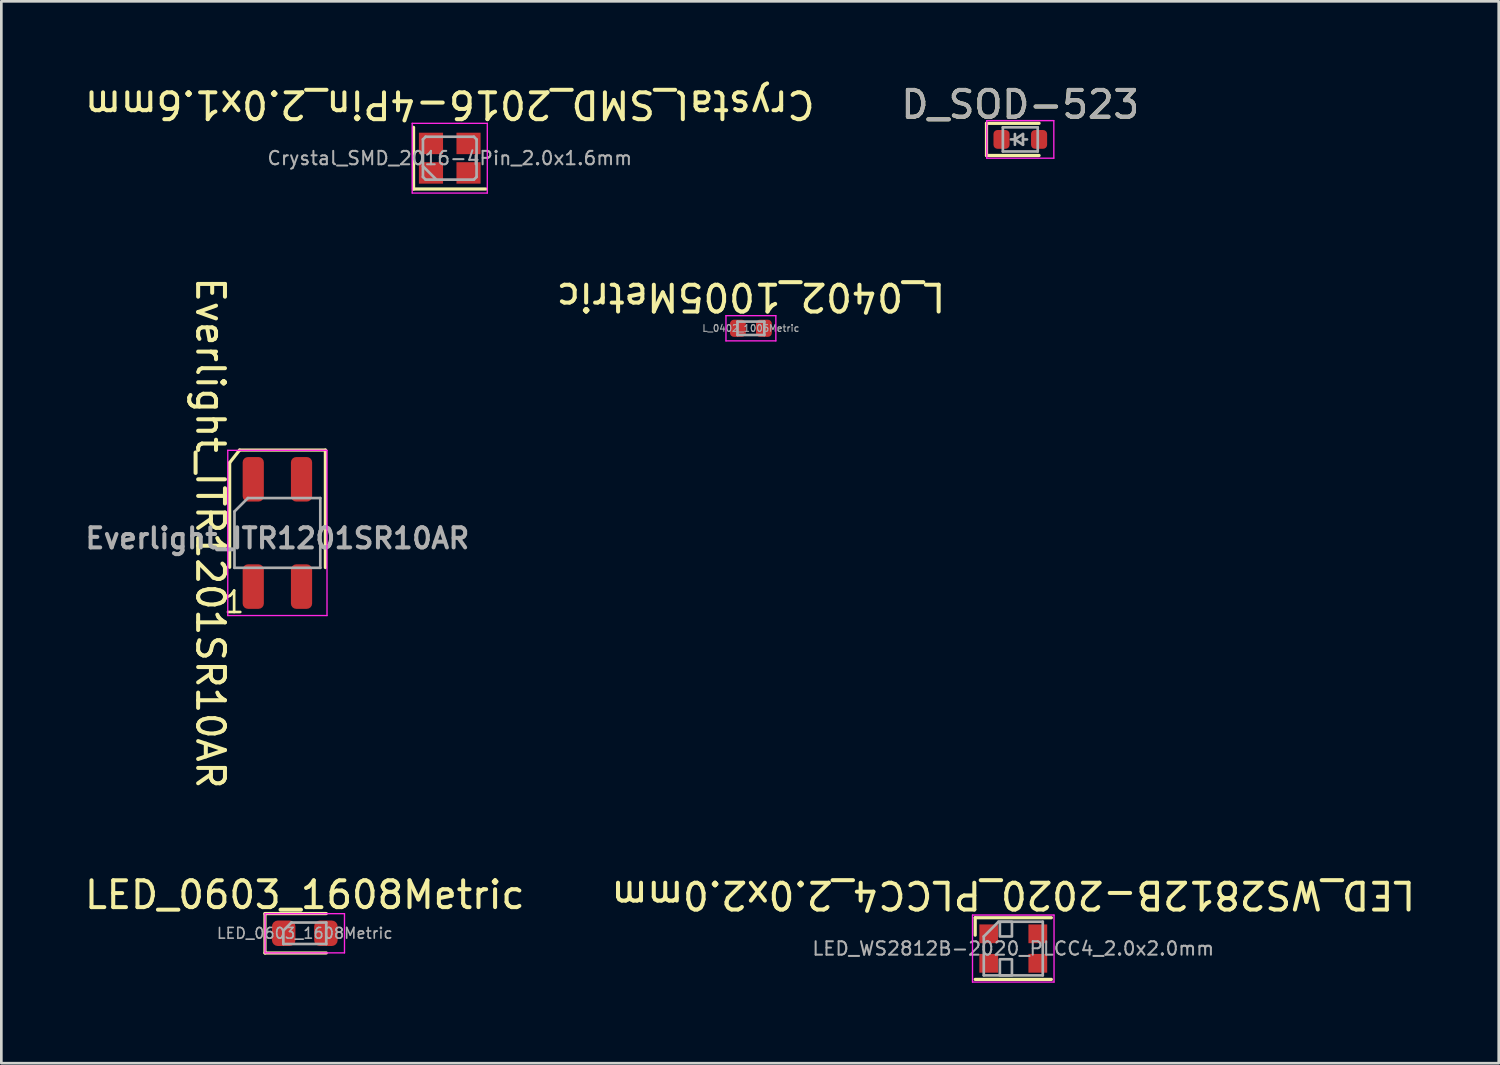
<source format=kicad_pcb>
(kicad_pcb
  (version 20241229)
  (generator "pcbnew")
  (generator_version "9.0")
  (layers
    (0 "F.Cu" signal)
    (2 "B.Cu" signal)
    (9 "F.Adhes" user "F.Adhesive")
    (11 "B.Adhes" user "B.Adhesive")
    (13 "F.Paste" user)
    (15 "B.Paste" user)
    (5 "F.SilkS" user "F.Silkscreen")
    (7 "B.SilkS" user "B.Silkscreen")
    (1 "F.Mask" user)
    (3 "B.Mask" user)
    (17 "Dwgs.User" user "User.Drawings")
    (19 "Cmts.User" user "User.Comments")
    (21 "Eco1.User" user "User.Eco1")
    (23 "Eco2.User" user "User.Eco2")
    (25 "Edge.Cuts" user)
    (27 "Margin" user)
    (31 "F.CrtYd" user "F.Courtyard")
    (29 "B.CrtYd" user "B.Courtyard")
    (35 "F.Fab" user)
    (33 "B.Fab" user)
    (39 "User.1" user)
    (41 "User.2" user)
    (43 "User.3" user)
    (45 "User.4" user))
  (footprint "D_SOD-523"
    (layer "F.Cu")
    (at 34.994 2.148)
    (property "Reference" "D_SOD-523" (at 0 -1.3 0) (unlocked yes) (layer "F.SilkS") (effects (font (size 1 1) (thickness 0.15))))
    (attr smd)
    (fp_line (start -1.26 -0.6) (end -1.26 0.6) (stroke (width 0.12) (type solid)) (layer "F.SilkS"))
    (fp_line (start 0.7 -0.6) (end -1.26 -0.6) (stroke (width 0.12) (type solid)) (layer "F.SilkS"))
    (fp_line (start 0.7 0.6) (end -1.26 0.6) (stroke (width 0.12) (type solid)) (layer "F.SilkS"))
    (fp_line (start -1.25 -0.7) (end 1.25 -0.7) (stroke (width 0.05) (type solid)) (layer "F.CrtYd"))
    (fp_line (start -1.25 0.7) (end -1.25 -0.7) (stroke (width 0.05) (type solid)) (layer "F.CrtYd"))
    (fp_line (start 1.25 -0.7) (end 1.25 0.7) (stroke (width 0.05) (type solid)) (layer "F.CrtYd"))
    (fp_line (start 1.25 0.7) (end -1.25 0.7) (stroke (width 0.05) (type solid)) (layer "F.CrtYd"))
    (fp_line (start -0.65 -0.45) (end 0.65 -0.45) (stroke (width 0.1) (type solid)) (layer "F.Fab"))
    (fp_line (start -0.65 0.45) (end -0.65 -0.45) (stroke (width 0.1) (type solid)) (layer "F.Fab"))
    (fp_line (start -0.2 0) (end -0.35 0) (stroke (width 0.1) (type solid)) (layer "F.Fab"))
    (fp_line (start -0.2 0) (end 0.1 0.2) (stroke (width 0.1) (type solid)) (layer "F.Fab"))
    (fp_line (start -0.2 0.2) (end -0.2 -0.2) (stroke (width 0.1) (type solid)) (layer "F.Fab"))
    (fp_line (start 0.1 -0.2) (end -0.2 0) (stroke (width 0.1) (type solid)) (layer "F.Fab"))
    (fp_line (start 0.1 0) (end 0.25 0) (stroke (width 0.1) (type solid)) (layer "F.Fab"))
    (fp_line (start 0.1 0.2) (end 0.1 -0.2) (stroke (width 0.1) (type solid)) (layer "F.Fab"))
    (fp_line (start 0.65 -0.45) (end 0.65 0.45) (stroke (width 0.1) (type solid)) (layer "F.Fab"))
    (fp_line (start 0.65 0.45) (end -0.65 0.45) (stroke (width 0.1) (type solid)) (layer "F.Fab"))
    (fp_text user "${REFERENCE}" (at 0 -1.3 0) (layer "F.Fab") (effects (font (size 1 1) (thickness 0.15))))
    (pad "1" smd roundrect (at -0.7 0 180) (size 0.6 0.7) (layers "F.Cu" "F.Mask" "F.Paste") (roundrect_rratio 0.25))
    (pad "2" smd roundrect (at 0.7 0 180) (size 0.6 0.7) (layers "F.Cu" "F.Mask" "F.Paste") (roundrect_rratio 0.25)))
  (footprint "L_0402_1005Metric"
    (layer "F.Cu")
    (at 24.949 9.191)
    (property "Reference" "L_0402_1005Metric" (at 0 -1.17 180) (unlocked yes) (layer "F.SilkS") (effects (font (size 1 1) (thickness 0.15))))
    (attr smd)
    (fp_line (start -0.93 -0.47) (end 0.93 -0.47) (stroke (width 0.05) (type solid)) (layer "F.CrtYd"))
    (fp_line (start -0.93 0.47) (end -0.93 -0.47) (stroke (width 0.05) (type solid)) (layer "F.CrtYd"))
    (fp_line (start 0.93 -0.47) (end 0.93 0.47) (stroke (width 0.05) (type solid)) (layer "F.CrtYd"))
    (fp_line (start 0.93 0.47) (end -0.93 0.47) (stroke (width 0.05) (type solid)) (layer "F.CrtYd"))
    (fp_line (start -0.5 -0.25) (end 0.5 -0.25) (stroke (width 0.1) (type solid)) (layer "F.Fab"))
    (fp_line (start -0.5 0.25) (end -0.5 -0.25) (stroke (width 0.1) (type solid)) (layer "F.Fab"))
    (fp_line (start 0.5 -0.25) (end 0.5 0.25) (stroke (width 0.1) (type solid)) (layer "F.Fab"))
    (fp_line (start 0.5 0.25) (end -0.5 0.25) (stroke (width 0.1) (type solid)) (layer "F.Fab"))
    (fp_text user "${REFERENCE}" (at 0 0 180) (layer "F.Fab") (effects (font (size 0.25 0.25) (thickness 0.04))))
    (pad "1" smd roundrect (at -0.485 0) (size 0.59 0.64) (layers "F.Cu" "F.Mask" "F.Paste") (roundrect_rratio 0.25))
    (pad "2" smd roundrect (at 0.485 0) (size 0.59 0.64) (layers "F.Cu" "F.Mask" "F.Paste") (roundrect_rratio 0.25)))
  (footprint "LED_0603_1608Metric"
    (layer "F.Cu")
    (at 8.315 31.749)
    (property "Reference" "LED_0603_1608Metric" (at 0 -1.43 0) (unlocked yes) (layer "F.SilkS") (effects (font (size 1 1) (thickness 0.15))))
    (attr smd)
    (fp_line (start -1.485 -0.735) (end -1.485 0.735) (stroke (width 0.12) (type solid)) (layer "F.SilkS"))
    (fp_line (start -1.485 0.735) (end 0.8 0.735) (stroke (width 0.12) (type solid)) (layer "F.SilkS"))
    (fp_line (start 0.8 -0.735) (end -1.485 -0.735) (stroke (width 0.12) (type solid)) (layer "F.SilkS"))
    (fp_line (start -1.48 -0.73) (end 1.48 -0.73) (stroke (width 0.05) (type solid)) (layer "F.CrtYd"))
    (fp_line (start -1.48 0.73) (end -1.48 -0.73) (stroke (width 0.05) (type solid)) (layer "F.CrtYd"))
    (fp_line (start 1.48 -0.73) (end 1.48 0.73) (stroke (width 0.05) (type solid)) (layer "F.CrtYd"))
    (fp_line (start 1.48 0.73) (end -1.48 0.73) (stroke (width 0.05) (type solid)) (layer "F.CrtYd"))
    (fp_line (start -0.8 -0.1) (end -0.8 0.4) (stroke (width 0.1) (type solid)) (layer "F.Fab"))
    (fp_line (start -0.8 0.4) (end 0.8 0.4) (stroke (width 0.1) (type solid)) (layer "F.Fab"))
    (fp_line (start -0.5 -0.4) (end -0.8 -0.1) (stroke (width 0.1) (type solid)) (layer "F.Fab"))
    (fp_line (start 0.8 -0.4) (end -0.5 -0.4) (stroke (width 0.1) (type solid)) (layer "F.Fab"))
    (fp_line (start 0.8 0.4) (end 0.8 -0.4) (stroke (width 0.1) (type solid)) (layer "F.Fab"))
    (fp_text user "${REFERENCE}" (at 0 0 0) (layer "F.Fab") (effects (font (size 0.4 0.4) (thickness 0.06))))
    (pad "1" smd roundrect (at -0.787 0) (size 0.875 0.95) (layers "F.Cu" "F.Mask" "F.Paste") (roundrect_rratio 0.25))
    (pad "2" smd roundrect (at 0.787 0) (size 0.875 0.95) (layers "F.Cu" "F.Mask" "F.Paste") (roundrect_rratio 0.25)))
  (footprint "Everlight_ITR1201SR10AR"
    (layer "F.Cu")
    (at 7.293 16.822)
    (property "Reference" "Everlight_ITR1201SR10AR" (at -2.5 0 270) (unlocked yes) (layer "F.SilkS") (effects (font (size 1 1) (thickness 0.15))))
    (attr smd)
    (fp_line (start -1.78 -2.62) (end -1.78 1.28) (stroke (width 0.12) (type default)) (layer "F.SilkS"))
    (fp_line (start -1.41 -3.09) (end -1.78 -2.62) (stroke (width 0.12) (type default)) (layer "F.SilkS"))
    (fp_line (start -1.41 -3.09) (end 1.79 -3.09) (stroke (width 0.12) (type default)) (layer "F.SilkS"))
    (fp_line (start 1.79 -3.09) (end 1.79 1.29) (stroke (width 0.12) (type default)) (layer "F.SilkS"))
    (fp_line (start -1.85 -3.08) (end -1.85 3.08) (stroke (width 0.05) (type solid)) (layer "F.CrtYd"))
    (fp_line (start -1.85 -3.08) (end 1.85 -3.08) (stroke (width 0.05) (type solid)) (layer "F.CrtYd"))
    (fp_line (start 1.85 3.08) (end -1.85 3.08) (stroke (width 0.05) (type solid)) (layer "F.CrtYd"))
    (fp_line (start 1.85 3.08) (end 1.85 -3.08) (stroke (width 0.05) (type solid)) (layer "F.CrtYd"))
    (fp_line (start -1.6 -0.8) (end -1.1 -1.3) (stroke (width 0.1) (type solid)) (layer "F.Fab"))
    (fp_line (start -1.6 1.3) (end -1.6 -0.8) (stroke (width 0.1) (type solid)) (layer "F.Fab"))
    (fp_line (start -1.1 -1.3) (end 1.6 -1.3) (stroke (width 0.1) (type solid)) (layer "F.Fab"))
    (fp_line (start 1.6 -1.3) (end 1.6 1.3) (stroke (width 0.1) (type solid)) (layer "F.Fab"))
    (fp_line (start 1.6 1.3) (end -1.6 1.3) (stroke (width 0.1) (type solid)) (layer "F.Fab"))
    (fp_text user "1" (at -2.06 3.05 0) (unlocked yes) (layer "F.SilkS") (effects (font (size 0.8 0.8) (thickness 0.1)) (justify left bottom)))
    (fp_text user "${REFERENCE}" (at 0 0.2 0) (layer "F.Fab") (effects (font (size 0.75 0.75) (thickness 0.15))))
    (pad "1" smd roundrect (at -0.9 2) (size 0.79 1.66) (layers "F.Cu" "F.Mask" "F.Paste") (roundrect_rratio 0.25))
    (pad "2" smd roundrect (at -0.9 -2) (size 0.79 1.66) (layers "F.Cu" "F.Mask" "F.Paste") (roundrect_rratio 0.25))
    (pad "3" smd roundrect (at 0.9 2) (size 0.79 1.66) (layers "F.Cu" "F.Mask" "F.Paste") (roundrect_rratio 0.25))
    (pad "4" smd roundrect (at 0.9 -2) (size 0.79 1.66) (layers "F.Cu" "F.Mask" "F.Paste") (roundrect_rratio 0.25)))
  (footprint "LED_WS2812B-2020_PLCC4_2.0x2.0mm"
    (layer "F.Cu")
    (at 34.732 32.319)
    (property "Reference" "LED_WS2812B-2020_PLCC4_2.0x2.0mm" (at 0 -2 180) (unlocked yes) (layer "F.SilkS") (effects (font (size 1 1) (thickness 0.15))))
    (attr smd)
    (fp_line (start -1.42 -1.15) (end -1.42 -0.5) (stroke (width 0.12) (type solid)) (layer "F.SilkS"))
    (fp_line (start -1.42 -1.15) (end 1.42 -1.15) (stroke (width 0.12) (type solid)) (layer "F.SilkS"))
    (fp_line (start -1.42 1.15) (end 1.42 1.15) (stroke (width 0.12) (type solid)) (layer "F.SilkS"))
    (fp_line (start -1.52 -1.25) (end -1.52 1.25) (stroke (width 0.05) (type solid)) (layer "F.CrtYd"))
    (fp_line (start -1.52 1.25) (end 1.52 1.25) (stroke (width 0.05) (type solid)) (layer "F.CrtYd"))
    (fp_line (start 1.52 -1.25) (end -1.52 -1.25) (stroke (width 0.05) (type solid)) (layer "F.CrtYd"))
    (fp_line (start 1.52 1.25) (end 1.52 -1.25) (stroke (width 0.05) (type solid)) (layer "F.CrtYd"))
    (fp_line (start -1.1 -0.45) (end -1.1 1) (stroke (width 0.1) (type solid)) (layer "F.Fab"))
    (fp_line (start -1.1 1) (end 1.1 1) (stroke (width 0.1) (type solid)) (layer "F.Fab"))
    (fp_line (start -0.55 -1) (end -1.1 -0.45) (stroke (width 0.1) (type solid)) (layer "F.Fab"))
    (fp_line (start 1.1 -1) (end -0.55 -1) (stroke (width 0.1) (type solid)) (layer "F.Fab"))
    (fp_line (start 1.1 -1) (end 1.1 1) (stroke (width 0.1) (type solid)) (layer "F.Fab"))
    (fp_rect (start -0.5 -1) (end -0.05 -0.45) (stroke (width 0.1) (type solid)) (fill no) (layer "F.Fab"))
    (fp_rect (start -0.5 0.4) (end -0.05 1) (stroke (width 0.1) (type solid)) (fill no) (layer "F.Fab"))
    (fp_text user "${REFERENCE}" (at 0 0 0) (layer "F.Fab") (effects (font (size 0.5 0.5) (thickness 0.075))))
    (pad "1" smd rect (at -0.915 -0.55) (size 0.7 0.7) (layers "F.Cu" "F.Mask" "F.Paste"))
    (pad "2" smd rect (at -0.915 0.55) (size 0.7 0.7) (layers "F.Cu" "F.Mask" "F.Paste"))
    (pad "3" smd rect (at 0.915 0.55) (size 0.7 0.7) (layers "F.Cu" "F.Mask" "F.Paste"))
    (pad "4" smd rect (at 0.915 -0.55) (size 0.7 0.7) (layers "F.Cu" "F.Mask" "F.Paste")))
  (footprint "Crystal_SMD_2016-4Pin_2.0x1.6mm"
    (layer "F.Cu")
    (at 13.72 2.848)
    (property "Reference" "Crystal_SMD_2016-4Pin_2.0x1.6mm" (at 0 -2 180) (unlocked yes) (layer "F.SilkS") (effects (font (size 1 1) (thickness 0.15))))
    (attr smd)
    (fp_line (start -1.35 -1.15) (end -1.35 1.15) (stroke (width 0.12) (type solid)) (layer "F.SilkS"))
    (fp_line (start -1.35 1.15) (end 1.35 1.15) (stroke (width 0.12) (type solid)) (layer "F.SilkS"))
    (fp_line (start -1.4 -1.3) (end -1.4 1.3) (stroke (width 0.05) (type solid)) (layer "F.CrtYd"))
    (fp_line (start -1.4 1.3) (end 1.4 1.3) (stroke (width 0.05) (type solid)) (layer "F.CrtYd"))
    (fp_line (start 1.4 -1.3) (end -1.4 -1.3) (stroke (width 0.05) (type solid)) (layer "F.CrtYd"))
    (fp_line (start 1.4 1.3) (end 1.4 -1.3) (stroke (width 0.05) (type solid)) (layer "F.CrtYd"))
    (fp_line (start -1 -0.7) (end -0.9 -0.8) (stroke (width 0.1) (type solid)) (layer "F.Fab"))
    (fp_line (start -1 0.3) (end -0.5 0.8) (stroke (width 0.1) (type solid)) (layer "F.Fab"))
    (fp_line (start -1 0.7) (end -1 -0.7) (stroke (width 0.1) (type solid)) (layer "F.Fab"))
    (fp_line (start -0.9 -0.8) (end 0.9 -0.8) (stroke (width 0.1) (type solid)) (layer "F.Fab"))
    (fp_line (start -0.9 0.8) (end -1 0.7) (stroke (width 0.1) (type solid)) (layer "F.Fab"))
    (fp_line (start 0.9 -0.8) (end 1 -0.7) (stroke (width 0.1) (type solid)) (layer "F.Fab"))
    (fp_line (start 0.9 0.8) (end -0.9 0.8) (stroke (width 0.1) (type solid)) (layer "F.Fab"))
    (fp_line (start 1 -0.7) (end 1 0.7) (stroke (width 0.1) (type solid)) (layer "F.Fab"))
    (fp_line (start 1 0.7) (end 0.9 0.8) (stroke (width 0.1) (type solid)) (layer "F.Fab"))
    (fp_text user "${REFERENCE}" (at 0 0 180) (layer "F.Fab") (effects (font (size 0.5 0.5) (thickness 0.075))))
    (pad "1" smd rect (at -0.7 0.55) (size 0.9 0.8) (layers "F.Cu" "F.Mask" "F.Paste"))
    (pad "2" smd rect (at 0.7 0.55) (size 0.9 0.8) (layers "F.Cu" "F.Mask" "F.Paste"))
    (pad "3" smd rect (at 0.7 -0.55) (size 0.9 0.8) (layers "F.Cu" "F.Mask" "F.Paste"))
    (pad "4" smd rect (at -0.7 -0.55) (size 0.9 0.8) (layers "F.Cu" "F.Mask" "F.Paste")))
  (gr_rect
    (start -3 -3)
    (end 52.833 36.594)
    (stroke (width 0.1) (type default))
    (fill no)
    (layer "Edge.Cuts")))
</source>
